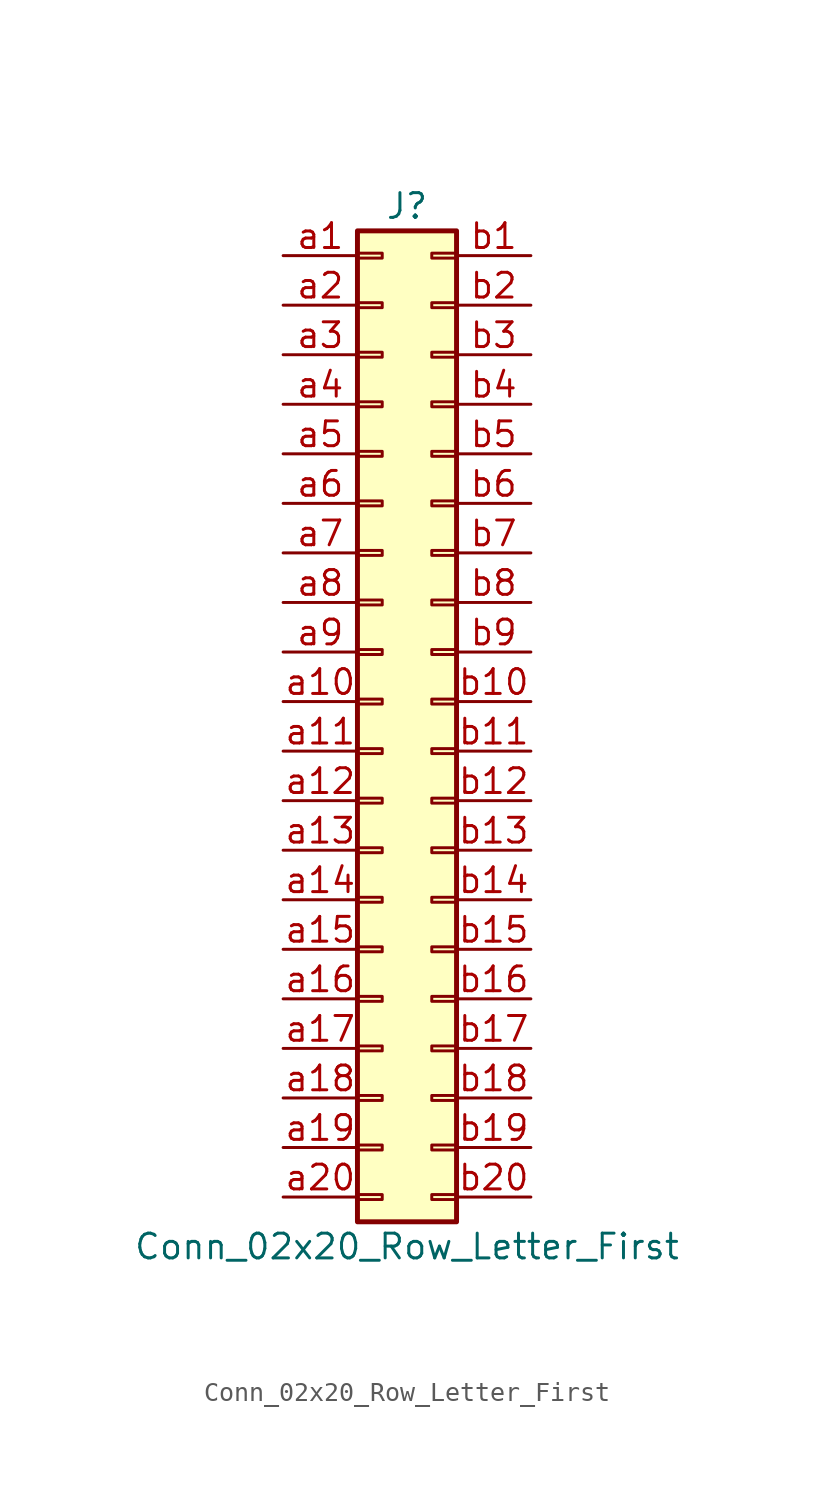
<source format=kicad_sym>
(kicad_symbol_lib
  (version 20220914)
  (generator kicad_symbol_editor)
  (symbol "Conn_02x20_Row_Letter_First"
    (pin_names
      (offset 1.016) hide)
    (property "Reference" "J"
      (at 1.27 25.4 0)
      (effects (font (size 1.27 1.27))))
    (property "Value" "Conn_02x20_Row_Letter_First"
      (at 1.27 -27.94 0)
      (effects (font (size 1.27 1.27))))
    (symbol "Conn_02x20_Row_Letter_First_1_1"
      (rectangle (start -1.27 -25.273) (end 0 -25.527) (stroke (width 0.152) (type solid)) (fill (type none)))
      (rectangle (start -1.27 -22.733) (end 0 -22.987) (stroke (width 0.152) (type solid)) (fill (type none)))
      (rectangle (start -1.27 -20.193) (end 0 -20.447) (stroke (width 0.152) (type solid)) (fill (type none)))
      (rectangle (start -1.27 -17.653) (end 0 -17.907) (stroke (width 0.152) (type solid)) (fill (type none)))
      (rectangle (start -1.27 -15.113) (end 0 -15.367) (stroke (width 0.152) (type solid)) (fill (type none)))
      (rectangle (start -1.27 -12.573) (end 0 -12.827) (stroke (width 0.152) (type solid)) (fill (type none)))
      (rectangle (start -1.27 -10.033) (end 0 -10.287) (stroke (width 0.152) (type solid)) (fill (type none)))
      (rectangle (start -1.27 -7.493) (end 0 -7.747) (stroke (width 0.152) (type solid)) (fill (type none)))
      (rectangle (start -1.27 -4.953) (end 0 -5.207) (stroke (width 0.152) (type solid)) (fill (type none)))
      (rectangle (start -1.27 -2.413) (end 0 -2.667) (stroke (width 0.152) (type solid)) (fill (type none)))
      (rectangle (start -1.27 0.127) (end 0 -0.127) (stroke (width 0.152) (type solid)) (fill (type none)))
      (rectangle (start -1.27 2.667) (end 0 2.413) (stroke (width 0.152) (type solid)) (fill (type none)))
      (rectangle (start -1.27 5.207) (end 0 4.953) (stroke (width 0.152) (type solid)) (fill (type none)))
      (rectangle (start -1.27 7.747) (end 0 7.493) (stroke (width 0.152) (type solid)) (fill (type none)))
      (rectangle (start -1.27 10.287) (end 0 10.033) (stroke (width 0.152) (type solid)) (fill (type none)))
      (rectangle (start -1.27 12.827) (end 0 12.573) (stroke (width 0.152) (type solid)) (fill (type none)))
      (rectangle (start -1.27 15.367) (end 0 15.113) (stroke (width 0.152) (type solid)) (fill (type none)))
      (rectangle (start -1.27 17.907) (end 0 17.653) (stroke (width 0.152) (type solid)) (fill (type none)))
      (rectangle (start -1.27 20.447) (end 0 20.193) (stroke (width 0.152) (type solid)) (fill (type none)))
      (rectangle (start -1.27 22.987) (end 0 22.733) (stroke (width 0.152) (type solid)) (fill (type none)))
      (rectangle (start -1.27 24.13) (end 3.81 -26.67) (stroke (width 0.254) (type solid)) (fill (type background)))
      (rectangle (start 3.81 -25.273) (end 2.54 -25.527) (stroke (width 0.152) (type solid)) (fill (type none)))
      (rectangle (start 3.81 -22.733) (end 2.54 -22.987) (stroke (width 0.152) (type solid)) (fill (type none)))
      (rectangle (start 3.81 -20.193) (end 2.54 -20.447) (stroke (width 0.152) (type solid)) (fill (type none)))
      (rectangle (start 3.81 -17.653) (end 2.54 -17.907) (stroke (width 0.152) (type solid)) (fill (type none)))
      (rectangle (start 3.81 -15.113) (end 2.54 -15.367) (stroke (width 0.152) (type solid)) (fill (type none)))
      (rectangle (start 3.81 -12.573) (end 2.54 -12.827) (stroke (width 0.152) (type solid)) (fill (type none)))
      (rectangle (start 3.81 -10.033) (end 2.54 -10.287) (stroke (width 0.152) (type solid)) (fill (type none)))
      (rectangle (start 3.81 -7.493) (end 2.54 -7.747) (stroke (width 0.152) (type solid)) (fill (type none)))
      (rectangle (start 3.81 -4.953) (end 2.54 -5.207) (stroke (width 0.152) (type solid)) (fill (type none)))
      (rectangle (start 3.81 -2.413) (end 2.54 -2.667) (stroke (width 0.152) (type solid)) (fill (type none)))
      (rectangle (start 3.81 0.127) (end 2.54 -0.127) (stroke (width 0.152) (type solid)) (fill (type none)))
      (rectangle (start 3.81 2.667) (end 2.54 2.413) (stroke (width 0.152) (type solid)) (fill (type none)))
      (rectangle (start 3.81 5.207) (end 2.54 4.953) (stroke (width 0.152) (type solid)) (fill (type none)))
      (rectangle (start 3.81 7.747) (end 2.54 7.493) (stroke (width 0.152) (type solid)) (fill (type none)))
      (rectangle (start 3.81 10.287) (end 2.54 10.033) (stroke (width 0.152) (type solid)) (fill (type none)))
      (rectangle (start 3.81 12.827) (end 2.54 12.573) (stroke (width 0.152) (type solid)) (fill (type none)))
      (rectangle (start 3.81 15.367) (end 2.54 15.113) (stroke (width 0.152) (type solid)) (fill (type none)))
      (rectangle (start 3.81 17.907) (end 2.54 17.653) (stroke (width 0.152) (type solid)) (fill (type none)))
      (rectangle (start 3.81 20.447) (end 2.54 20.193) (stroke (width 0.152) (type solid)) (fill (type none)))
      (rectangle (start 3.81 22.987) (end 2.54 22.733) (stroke (width 0.152) (type solid)) (fill (type none)))
      (pin passive line (at -5.08 22.86 0) (length 3.81) (name "Pin_a1" (effects (font (size 1.27 1.27)))) (number "a1" (effects (font (size 1.27 1.27)))))
      (pin passive line (at -5.08 0 0) (length 3.81) (name "Pin_a10" (effects (font (size 1.27 1.27)))) (number "a10" (effects (font (size 1.27 1.27)))))
      (pin passive line (at -5.08 -2.54 0) (length 3.81) (name "Pin_a11" (effects (font (size 1.27 1.27)))) (number "a11" (effects (font (size 1.27 1.27)))))
      (pin passive line (at -5.08 -5.08 0) (length 3.81) (name "Pin_a12" (effects (font (size 1.27 1.27)))) (number "a12" (effects (font (size 1.27 1.27)))))
      (pin passive line (at -5.08 -7.62 0) (length 3.81) (name "Pin_a13" (effects (font (size 1.27 1.27)))) (number "a13" (effects (font (size 1.27 1.27)))))
      (pin passive line (at -5.08 -10.16 0) (length 3.81) (name "Pin_a14" (effects (font (size 1.27 1.27)))) (number "a14" (effects (font (size 1.27 1.27)))))
      (pin passive line (at -5.08 -12.7 0) (length 3.81) (name "Pin_a15" (effects (font (size 1.27 1.27)))) (number "a15" (effects (font (size 1.27 1.27)))))
      (pin passive line (at -5.08 -15.24 0) (length 3.81) (name "Pin_a16" (effects (font (size 1.27 1.27)))) (number "a16" (effects (font (size 1.27 1.27)))))
      (pin passive line (at -5.08 -17.78 0) (length 3.81) (name "Pin_a17" (effects (font (size 1.27 1.27)))) (number "a17" (effects (font (size 1.27 1.27)))))
      (pin passive line (at -5.08 -20.32 0) (length 3.81) (name "Pin_a18" (effects (font (size 1.27 1.27)))) (number "a18" (effects (font (size 1.27 1.27)))))
      (pin passive line (at -5.08 -22.86 0) (length 3.81) (name "Pin_a19" (effects (font (size 1.27 1.27)))) (number "a19" (effects (font (size 1.27 1.27)))))
      (pin passive line (at -5.08 20.32 0) (length 3.81) (name "Pin_a2" (effects (font (size 1.27 1.27)))) (number "a2" (effects (font (size 1.27 1.27)))))
      (pin passive line (at -5.08 -25.4 0) (length 3.81) (name "Pin_a20" (effects (font (size 1.27 1.27)))) (number "a20" (effects (font (size 1.27 1.27)))))
      (pin passive line (at -5.08 17.78 0) (length 3.81) (name "Pin_a3" (effects (font (size 1.27 1.27)))) (number "a3" (effects (font (size 1.27 1.27)))))
      (pin passive line (at -5.08 15.24 0) (length 3.81) (name "Pin_a4" (effects (font (size 1.27 1.27)))) (number "a4" (effects (font (size 1.27 1.27)))))
      (pin passive line (at -5.08 12.7 0) (length 3.81) (name "Pin_a5" (effects (font (size 1.27 1.27)))) (number "a5" (effects (font (size 1.27 1.27)))))
      (pin passive line (at -5.08 10.16 0) (length 3.81) (name "Pin_a6" (effects (font (size 1.27 1.27)))) (number "a6" (effects (font (size 1.27 1.27)))))
      (pin passive line (at -5.08 7.62 0) (length 3.81) (name "Pin_a7" (effects (font (size 1.27 1.27)))) (number "a7" (effects (font (size 1.27 1.27)))))
      (pin passive line (at -5.08 5.08 0) (length 3.81) (name "Pin_a8" (effects (font (size 1.27 1.27)))) (number "a8" (effects (font (size 1.27 1.27)))))
      (pin passive line (at -5.08 2.54 0) (length 3.81) (name "Pin_a9" (effects (font (size 1.27 1.27)))) (number "a9" (effects (font (size 1.27 1.27)))))
      (pin passive line (at 7.62 22.86 180) (length 3.81) (name "Pin_b1" (effects (font (size 1.27 1.27)))) (number "b1" (effects (font (size 1.27 1.27)))))
      (pin passive line (at 7.62 0 180) (length 3.81) (name "Pin_b10" (effects (font (size 1.27 1.27)))) (number "b10" (effects (font (size 1.27 1.27)))))
      (pin passive line (at 7.62 -2.54 180) (length 3.81) (name "Pin_b11" (effects (font (size 1.27 1.27)))) (number "b11" (effects (font (size 1.27 1.27)))))
      (pin passive line (at 7.62 -5.08 180) (length 3.81) (name "Pin_b12" (effects (font (size 1.27 1.27)))) (number "b12" (effects (font (size 1.27 1.27)))))
      (pin passive line (at 7.62 -7.62 180) (length 3.81) (name "Pin_b13" (effects (font (size 1.27 1.27)))) (number "b13" (effects (font (size 1.27 1.27)))))
      (pin passive line (at 7.62 -10.16 180) (length 3.81) (name "Pin_b14" (effects (font (size 1.27 1.27)))) (number "b14" (effects (font (size 1.27 1.27)))))
      (pin passive line (at 7.62 -12.7 180) (length 3.81) (name "Pin_b15" (effects (font (size 1.27 1.27)))) (number "b15" (effects (font (size 1.27 1.27)))))
      (pin passive line (at 7.62 -15.24 180) (length 3.81) (name "Pin_b16" (effects (font (size 1.27 1.27)))) (number "b16" (effects (font (size 1.27 1.27)))))
      (pin passive line (at 7.62 -17.78 180) (length 3.81) (name "Pin_b17" (effects (font (size 1.27 1.27)))) (number "b17" (effects (font (size 1.27 1.27)))))
      (pin passive line (at 7.62 -20.32 180) (length 3.81) (name "Pin_b18" (effects (font (size 1.27 1.27)))) (number "b18" (effects (font (size 1.27 1.27)))))
      (pin passive line (at 7.62 -22.86 180) (length 3.81) (name "Pin_b19" (effects (font (size 1.27 1.27)))) (number "b19" (effects (font (size 1.27 1.27)))))
      (pin passive line (at 7.62 20.32 180) (length 3.81) (name "Pin_b2" (effects (font (size 1.27 1.27)))) (number "b2" (effects (font (size 1.27 1.27)))))
      (pin passive line (at 7.62 -25.4 180) (length 3.81) (name "Pin_b20" (effects (font (size 1.27 1.27)))) (number "b20" (effects (font (size 1.27 1.27)))))
      (pin passive line (at 7.62 17.78 180) (length 3.81) (name "Pin_b3" (effects (font (size 1.27 1.27)))) (number "b3" (effects (font (size 1.27 1.27)))))
      (pin passive line (at 7.62 15.24 180) (length 3.81) (name "Pin_b4" (effects (font (size 1.27 1.27)))) (number "b4" (effects (font (size 1.27 1.27)))))
      (pin passive line (at 7.62 12.7 180) (length 3.81) (name "Pin_b5" (effects (font (size 1.27 1.27)))) (number "b5" (effects (font (size 1.27 1.27)))))
      (pin passive line (at 7.62 10.16 180) (length 3.81) (name "Pin_b6" (effects (font (size 1.27 1.27)))) (number "b6" (effects (font (size 1.27 1.27)))))
      (pin passive line (at 7.62 7.62 180) (length 3.81) (name "Pin_b7" (effects (font (size 1.27 1.27)))) (number "b7" (effects (font (size 1.27 1.27)))))
      (pin passive line (at 7.62 5.08 180) (length 3.81) (name "Pin_b8" (effects (font (size 1.27 1.27)))) (number "b8" (effects (font (size 1.27 1.27)))))
      (pin passive line (at 7.62 2.54 180) (length 3.81) (name "Pin_b9" (effects (font (size 1.27 1.27)))) (number "b9" (effects (font (size 1.27 1.27))))))))
</source>
